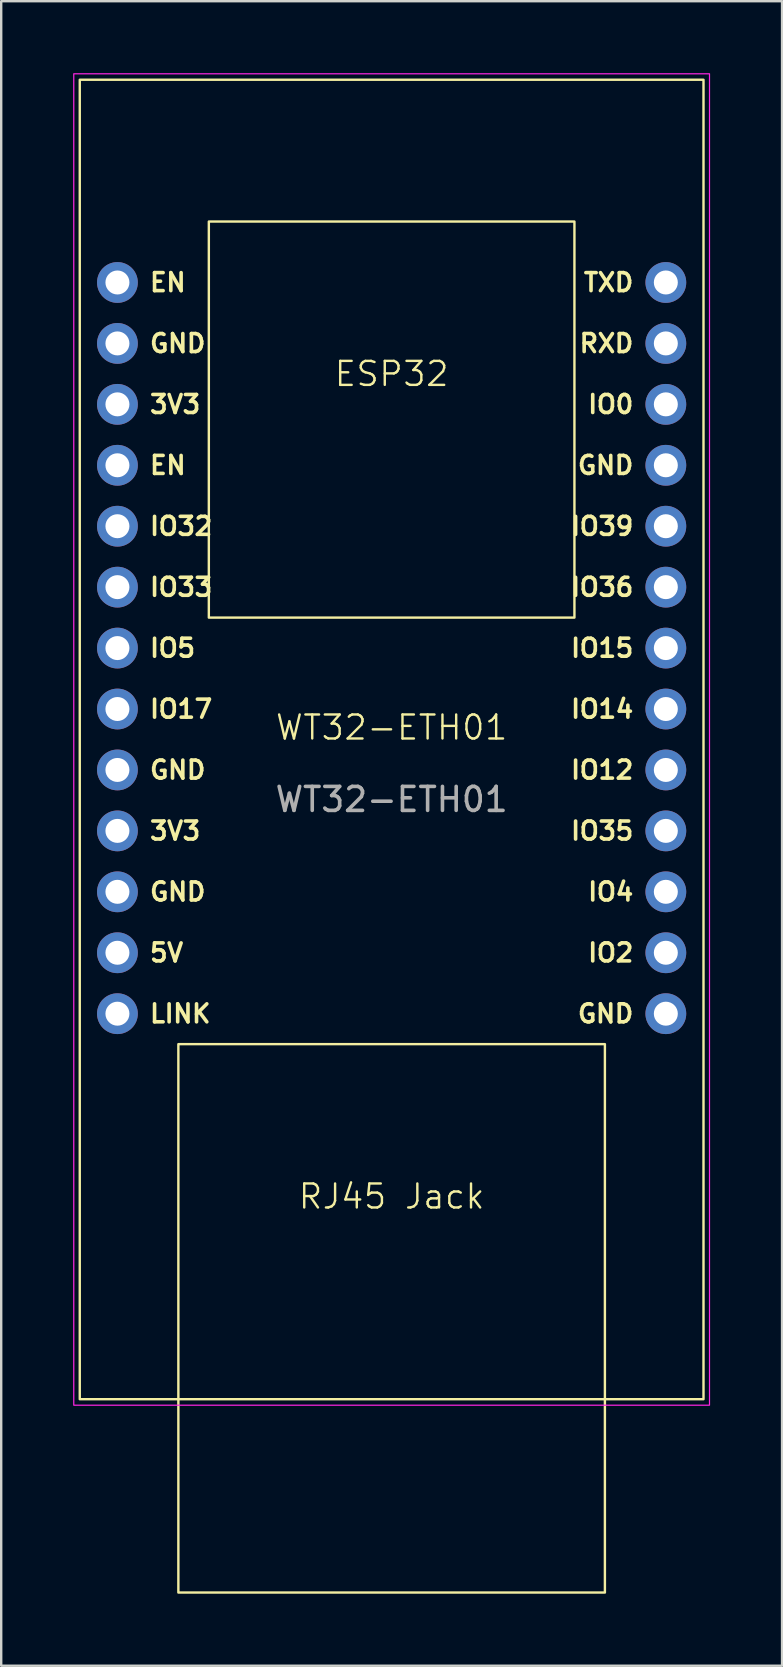
<source format=kicad_pcb>
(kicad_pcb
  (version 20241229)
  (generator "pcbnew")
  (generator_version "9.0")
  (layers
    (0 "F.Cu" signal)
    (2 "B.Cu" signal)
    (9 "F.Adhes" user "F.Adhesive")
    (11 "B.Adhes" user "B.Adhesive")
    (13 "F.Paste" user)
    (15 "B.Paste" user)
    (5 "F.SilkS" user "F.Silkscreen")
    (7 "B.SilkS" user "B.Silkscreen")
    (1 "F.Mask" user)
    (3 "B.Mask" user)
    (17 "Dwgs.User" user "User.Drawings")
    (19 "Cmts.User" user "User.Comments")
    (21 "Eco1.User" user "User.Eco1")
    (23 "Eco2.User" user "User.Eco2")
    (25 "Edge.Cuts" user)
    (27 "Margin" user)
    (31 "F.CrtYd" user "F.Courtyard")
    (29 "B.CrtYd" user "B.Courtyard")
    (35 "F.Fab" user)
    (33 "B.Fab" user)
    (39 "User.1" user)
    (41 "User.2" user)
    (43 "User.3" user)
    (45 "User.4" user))
  (footprint "WT32-ETH01"
    (layer "F.Cu")
    (at 13.275 27.775)
    (property "Reference" "WT32-ETH01" (at 0 -0.5 0) (unlocked yes) (layer "F.SilkS") (effects (font (size 1 1) (thickness 0.1))))
    (attr through_hole)
    (fp_rect (start -13 -27.5) (end 13 27.5) (stroke (width 0.1) (type default)) (fill no) (layer "F.SilkS"))
    (fp_rect (start -8.89 12.7) (end 8.89 35.56) (stroke (width 0.1) (type default)) (fill no) (layer "F.SilkS"))
    (fp_rect (start -7.62 -21.59) (end 7.62 -5.08) (stroke (width 0.1) (type default)) (fill no) (layer "F.SilkS"))
    (fp_rect (start -13.25 -27.75) (end 13.25 27.75) (stroke (width 0.05) (type default)) (fill no) (layer "F.CrtYd"))
    (fp_text user "IO4" (at 10.16 6.35 0) (unlocked yes) (layer "F.SilkS") (effects (font (size 0.75 0.75) (thickness 0.15) (bold yes)) (justify right)))
    (fp_text user "EN" (at -10.16 -19.05 0) (unlocked yes) (layer "F.SilkS") (effects (font (size 0.75 0.75) (thickness 0.15) (bold yes)) (justify left)))
    (fp_text user "IO12" (at 10.16 1.27 0) (unlocked yes) (layer "F.SilkS") (effects (font (size 0.75 0.75) (thickness 0.15) (bold yes)) (justify right)))
    (fp_text user "GND" (at -10.16 6.35 0) (unlocked yes) (layer "F.SilkS") (effects (font (size 0.75 0.75) (thickness 0.15) (bold yes)) (justify left)))
    (fp_text user "GND" (at 10.16 11.43 0) (unlocked yes) (layer "F.SilkS") (effects (font (size 0.75 0.75) (thickness 0.15) (bold yes)) (justify right)))
    (fp_text user "IO35" (at 10.16 3.81 0) (unlocked yes) (layer "F.SilkS") (effects (font (size 0.75 0.75) (thickness 0.15) (bold yes)) (justify right)))
    (fp_text user "GND" (at -10.16 -16.51 0) (unlocked yes) (layer "F.SilkS") (effects (font (size 0.75 0.75) (thickness 0.15) (bold yes)) (justify left)))
    (fp_text user "RJ45 Jack" (at 0 19.05 0) (unlocked yes) (layer "F.SilkS") (effects (font (size 1 1) (thickness 0.1))))
    (fp_text user "IO39" (at 10.16 -8.89 0) (unlocked yes) (layer "F.SilkS") (effects (font (size 0.75 0.75) (thickness 0.15) (bold yes)) (justify right)))
    (fp_text user "IO17" (at -10.16 -1.27 0) (unlocked yes) (layer "F.SilkS") (effects (font (size 0.75 0.75) (thickness 0.15) (bold yes)) (justify left)))
    (fp_text user "IO14" (at 10.16 -1.27 0) (unlocked yes) (layer "F.SilkS") (effects (font (size 0.75 0.75) (thickness 0.15) (bold yes)) (justify right)))
    (fp_text user "5V" (at -10.16 8.89 0) (unlocked yes) (layer "F.SilkS") (effects (font (size 0.75 0.75) (thickness 0.15) (bold yes)) (justify left)))
    (fp_text user "3V3" (at -10.16 3.81 0) (unlocked yes) (layer "F.SilkS") (effects (font (size 0.75 0.75) (thickness 0.15) (bold yes)) (justify left)))
    (fp_text user "GND" (at 10.16 -11.43 0) (unlocked yes) (layer "F.SilkS") (effects (font (size 0.75 0.75) (thickness 0.15) (bold yes)) (justify right)))
    (fp_text user "IO2" (at 10.16 8.89 0) (unlocked yes) (layer "F.SilkS") (effects (font (size 0.75 0.75) (thickness 0.15) (bold yes)) (justify right)))
    (fp_text user "IO33" (at -10.16 -6.35 0) (unlocked yes) (layer "F.SilkS") (effects (font (size 0.75 0.75) (thickness 0.15) (bold yes)) (justify left)))
    (fp_text user "IO32" (at -10.16 -8.89 0) (unlocked yes) (layer "F.SilkS") (effects (font (size 0.75 0.75) (thickness 0.15) (bold yes)) (justify left)))
    (fp_text user "LINK" (at -10.16 11.43 0) (unlocked yes) (layer "F.SilkS") (effects (font (size 0.75 0.75) (thickness 0.15) (bold yes)) (justify left)))
    (fp_text user "RXD" (at 10.16 -16.51 0) (unlocked yes) (layer "F.SilkS") (effects (font (size 0.75 0.75) (thickness 0.15) (bold yes)) (justify right)))
    (fp_text user "3V3" (at -10.16 -13.97 0) (unlocked yes) (layer "F.SilkS") (effects (font (size 0.75 0.75) (thickness 0.15) (bold yes)) (justify left)))
    (fp_text user "GND" (at -10.16 1.27 0) (unlocked yes) (layer "F.SilkS") (effects (font (size 0.75 0.75) (thickness 0.15) (bold yes)) (justify left)))
    (fp_text user "ESP32" (at 0 -15.24 0) (unlocked yes) (layer "F.SilkS") (effects (font (size 1 1) (thickness 0.1))))
    (fp_text user "IO36" (at 10.16 -6.35 0) (unlocked yes) (layer "F.SilkS") (effects (font (size 0.75 0.75) (thickness 0.15) (bold yes)) (justify right)))
    (fp_text user "IO15" (at 10.16 -3.81 0) (unlocked yes) (layer "F.SilkS") (effects (font (size 0.75 0.75) (thickness 0.15) (bold yes)) (justify right)))
    (fp_text user "IO5" (at -10.16 -3.81 0) (unlocked yes) (layer "F.SilkS") (effects (font (size 0.75 0.75) (thickness 0.15) (bold yes)) (justify left)))
    (fp_text user "TXD" (at 10.16 -19.05 0) (unlocked yes) (layer "F.SilkS") (effects (font (size 0.75 0.75) (thickness 0.15) (bold yes)) (justify right)))
    (fp_text user "EN" (at -10.16 -11.43 0) (unlocked yes) (layer "F.SilkS") (effects (font (size 0.75 0.75) (thickness 0.15) (bold yes)) (justify left)))
    (fp_text user "IO0" (at 10.16 -13.97 0) (unlocked yes) (layer "F.SilkS") (effects (font (size 0.75 0.75) (thickness 0.15) (bold yes)) (justify right)))
    (fp_text user "${REFERENCE}" (at 0 2.5 0) (unlocked yes) (layer "F.Fab") (effects (font (size 1 1) (thickness 0.15))))
    (pad "1" thru_hole circle (at -11.43 -19.05) (size 1.7 1.7) (drill 1) (layers "*.Cu" "*.Mask"))
    (pad "2" thru_hole circle (at -11.43 -16.51) (size 1.7 1.7) (drill 1) (layers "*.Cu" "*.Mask"))
    (pad "3" thru_hole circle (at -11.43 -13.97) (size 1.7 1.7) (drill 1) (layers "*.Cu" "*.Mask"))
    (pad "4" thru_hole circle (at -11.43 -11.43) (size 1.7 1.7) (drill 1) (layers "*.Cu" "*.Mask"))
    (pad "5" thru_hole circle (at -11.43 -8.89) (size 1.7 1.7) (drill 1) (layers "*.Cu" "*.Mask"))
    (pad "6" thru_hole circle (at -11.43 -6.35) (size 1.7 1.7) (drill 1) (layers "*.Cu" "*.Mask"))
    (pad "7" thru_hole circle (at -11.43 -3.81) (size 1.7 1.7) (drill 1) (layers "*.Cu" "*.Mask"))
    (pad "8" thru_hole circle (at -11.43 -1.27) (size 1.7 1.7) (drill 1) (layers "*.Cu" "*.Mask"))
    (pad "9" thru_hole circle (at -11.43 1.27) (size 1.7 1.7) (drill 1) (layers "*.Cu" "*.Mask"))
    (pad "10" thru_hole circle (at -11.43 3.81) (size 1.7 1.7) (drill 1) (layers "*.Cu" "*.Mask"))
    (pad "11" thru_hole circle (at -11.43 6.35) (size 1.7 1.7) (drill 1) (layers "*.Cu" "*.Mask"))
    (pad "12" thru_hole circle (at -11.43 8.89) (size 1.7 1.7) (drill 1) (layers "*.Cu" "*.Mask"))
    (pad "13" thru_hole circle (at -11.43 11.43) (size 1.7 1.7) (drill 1) (layers "*.Cu" "*.Mask"))
    (pad "14" thru_hole circle (at 11.43 11.43) (size 1.7 1.7) (drill 1) (layers "*.Cu" "*.Mask"))
    (pad "15" thru_hole circle (at 11.43 8.89) (size 1.7 1.7) (drill 1) (layers "*.Cu" "*.Mask"))
    (pad "16" thru_hole circle (at 11.43 6.35) (size 1.7 1.7) (drill 1) (layers "*.Cu" "*.Mask"))
    (pad "17" thru_hole circle (at 11.43 3.81) (size 1.7 1.7) (drill 1) (layers "*.Cu" "*.Mask"))
    (pad "18" thru_hole circle (at 11.43 1.27) (size 1.7 1.7) (drill 1) (layers "*.Cu" "*.Mask"))
    (pad "19" thru_hole circle (at 11.43 -1.27) (size 1.7 1.7) (drill 1) (layers "*.Cu" "*.Mask"))
    (pad "20" thru_hole circle (at 11.43 -3.81) (size 1.7 1.7) (drill 1) (layers "*.Cu" "*.Mask"))
    (pad "21" thru_hole circle (at 11.43 -6.35) (size 1.7 1.7) (drill 1) (layers "*.Cu" "*.Mask"))
    (pad "22" thru_hole circle (at 11.43 -8.89) (size 1.7 1.7) (drill 1) (layers "*.Cu" "*.Mask"))
    (pad "23" thru_hole circle (at 11.43 -11.43) (size 1.7 1.7) (drill 1) (layers "*.Cu" "*.Mask"))
    (pad "24" thru_hole circle (at 11.43 -13.97) (size 1.7 1.7) (drill 1) (layers "*.Cu" "*.Mask"))
    (pad "25" thru_hole circle (at 11.43 -16.51) (size 1.7 1.7) (drill 1) (layers "*.Cu" "*.Mask"))
    (pad "26" thru_hole circle (at 11.43 -19.05) (size 1.7 1.7) (drill 1) (layers "*.Cu" "*.Mask")))
  (gr_rect
    (start -3 -3)
    (end 29.55 66.385)
    (stroke (width 0.1) (type default))
    (fill no)
    (layer "Edge.Cuts")))
</source>
